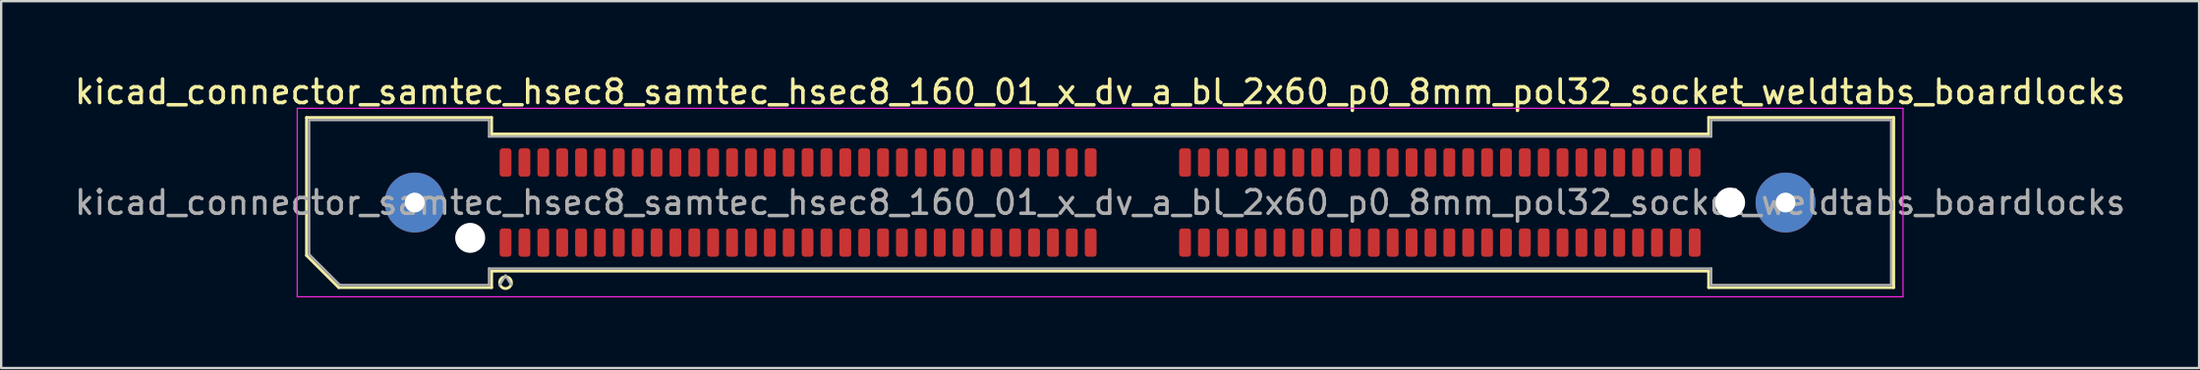
<source format=kicad_pcb>
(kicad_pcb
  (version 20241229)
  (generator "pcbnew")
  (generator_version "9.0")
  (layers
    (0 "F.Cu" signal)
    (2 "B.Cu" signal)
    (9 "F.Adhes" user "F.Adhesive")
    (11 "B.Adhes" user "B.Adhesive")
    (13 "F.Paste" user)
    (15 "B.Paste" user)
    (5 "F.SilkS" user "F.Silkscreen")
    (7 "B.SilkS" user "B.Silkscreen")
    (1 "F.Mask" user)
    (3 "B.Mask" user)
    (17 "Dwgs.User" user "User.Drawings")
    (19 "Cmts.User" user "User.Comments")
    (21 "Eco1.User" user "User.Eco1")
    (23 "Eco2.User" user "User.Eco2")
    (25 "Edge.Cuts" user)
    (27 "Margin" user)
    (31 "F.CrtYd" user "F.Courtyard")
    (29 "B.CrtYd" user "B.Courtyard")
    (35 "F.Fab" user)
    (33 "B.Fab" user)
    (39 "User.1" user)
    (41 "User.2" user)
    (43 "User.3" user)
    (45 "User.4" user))
  (footprint "kicad_connector_samtec_hsec8_samtec_hsec8_160_01_x_dv_a_bl_2x60_p0_8mm_pol32_socket_weldtabs_boardlocks"
    (layer "F.Cu")
    (at 43.577 5.548)
    (property "Reference" "kicad_connector_samtec_hsec8_samtec_hsec8_160_01_x_dv_a_bl_2x60_p0_8mm_pol32_socket_weldtabs_boardlocks" (at 0 -4.7 0) (layer "F.SilkS") (effects (font (size 1 1) (thickness 0.15))))
    (attr smd)
    (fp_line (start -33.635 -3.61) (end -25.79 -3.61) (stroke (width 0.12) (type solid)) (layer "F.SilkS"))
    (fp_line (start -33.635 2.246) (end -33.635 -3.61) (stroke (width 0.12) (type solid)) (layer "F.SilkS"))
    (fp_line (start -32.271 3.61) (end -33.635 2.246) (stroke (width 0.12) (type solid)) (layer "F.SilkS"))
    (fp_line (start -25.79 -3.61) (end -25.79 -2.91) (stroke (width 0.12) (type solid)) (layer "F.SilkS"))
    (fp_line (start -25.79 -2.91) (end 25.79 -2.91) (stroke (width 0.12) (type solid)) (layer "F.SilkS"))
    (fp_line (start -25.79 2.91) (end -25.79 3.61) (stroke (width 0.12) (type solid)) (layer "F.SilkS"))
    (fp_line (start -25.79 3.61) (end -32.271 3.61) (stroke (width 0.12) (type solid)) (layer "F.SilkS"))
    (fp_line (start 25.79 -3.61) (end 33.635 -3.61) (stroke (width 0.12) (type solid)) (layer "F.SilkS"))
    (fp_line (start 25.79 -2.91) (end 25.79 -3.61) (stroke (width 0.12) (type solid)) (layer "F.SilkS"))
    (fp_line (start 25.79 2.91) (end -25.79 2.91) (stroke (width 0.12) (type solid)) (layer "F.SilkS"))
    (fp_line (start 25.79 3.61) (end 25.79 2.91) (stroke (width 0.12) (type solid)) (layer "F.SilkS"))
    (fp_line (start 33.635 -3.61) (end 33.635 3.61) (stroke (width 0.12) (type solid)) (layer "F.SilkS"))
    (fp_line (start 33.635 3.61) (end 25.79 3.61) (stroke (width 0.12) (type solid)) (layer "F.SilkS"))
    (fp_circle (center -25.2 3.4) (end -24.95 3.4) (stroke (width 0.12) (type solid)) (fill no) (layer "F.SilkS"))
    (fp_line (start -34.03 -4) (end -34.03 4) (stroke (width 0.05) (type solid)) (layer "F.CrtYd"))
    (fp_line (start -34.03 4) (end 34.03 4) (stroke (width 0.05) (type solid)) (layer "F.CrtYd"))
    (fp_line (start 34.03 -4) (end -34.03 -4) (stroke (width 0.05) (type solid)) (layer "F.CrtYd"))
    (fp_line (start 34.03 4) (end 34.03 -4) (stroke (width 0.05) (type solid)) (layer "F.CrtYd"))
    (fp_line (start -33.525 -3.5) (end -25.9 -3.5) (stroke (width 0.1) (type solid)) (layer "F.Fab"))
    (fp_line (start -33.525 2.2) (end -33.525 -3.5) (stroke (width 0.1) (type solid)) (layer "F.Fab"))
    (fp_line (start -32.225 3.5) (end -33.525 2.2) (stroke (width 0.1) (type solid)) (layer "F.Fab"))
    (fp_line (start -25.9 -3.5) (end -25.9 -2.8) (stroke (width 0.1) (type solid)) (layer "F.Fab"))
    (fp_line (start -25.9 -2.8) (end 25.9 -2.8) (stroke (width 0.1) (type solid)) (layer "F.Fab"))
    (fp_line (start -25.9 2.8) (end -25.9 3.5) (stroke (width 0.1) (type solid)) (layer "F.Fab"))
    (fp_line (start -25.9 3.5) (end -32.225 3.5) (stroke (width 0.1) (type solid)) (layer "F.Fab"))
    (fp_line (start -25.2 3.1) (end -25.45 3.5) (stroke (width 0.1) (type solid)) (layer "F.Fab"))
    (fp_line (start -25.2 3.1) (end -24.95 3.5) (stroke (width 0.1) (type solid)) (layer "F.Fab"))
    (fp_line (start 25.9 -3.5) (end 33.525 -3.5) (stroke (width 0.1) (type solid)) (layer "F.Fab"))
    (fp_line (start 25.9 -2.8) (end 25.9 -3.5) (stroke (width 0.1) (type solid)) (layer "F.Fab"))
    (fp_line (start 25.9 2.8) (end -25.9 2.8) (stroke (width 0.1) (type solid)) (layer "F.Fab"))
    (fp_line (start 25.9 3.5) (end 25.9 2.8) (stroke (width 0.1) (type solid)) (layer "F.Fab"))
    (fp_line (start 33.525 -3.5) (end 33.525 3.5) (stroke (width 0.1) (type solid)) (layer "F.Fab"))
    (fp_line (start 33.525 3.5) (end 25.9 3.5) (stroke (width 0.1) (type solid)) (layer "F.Fab"))
    (fp_text user "${REFERENCE}" (at 0 0 0) (layer "F.Fab") (effects (font (size 1 1) (thickness 0.15))))
    (pad "" thru_hole circle (at -29.05 0) (size 2.54 2.54) (drill 0.84) (layers "*.Cu" "*.Mask" "F.Paste"))
    (pad "" np_thru_hole circle (at -26.7 1.5) (size 1.27 1.27) (drill 1.27) (layers "*.Cu" "*.Mask"))
    (pad "" np_thru_hole circle (at 26.7 0) (size 1.27 1.27) (drill 1.27) (layers "*.Cu" "*.Mask"))
    (pad "" thru_hole circle (at 29.05 0) (size 2.54 2.54) (drill 0.84) (layers "*.Cu" "*.Mask" "F.Paste"))
    (pad "1" smd roundrect (at -25.2 1.7) (size 0.5 1.2) (layers "F.Cu" "F.Mask" "F.Paste") (roundrect_rratio 0.25))
    (pad "2" smd roundrect (at -25.2 -1.7) (size 0.5 1.2) (layers "F.Cu" "F.Mask" "F.Paste") (roundrect_rratio 0.25))
    (pad "3" smd roundrect (at -24.4 1.7) (size 0.5 1.2) (layers "F.Cu" "F.Mask" "F.Paste") (roundrect_rratio 0.25))
    (pad "4" smd roundrect (at -24.4 -1.7) (size 0.5 1.2) (layers "F.Cu" "F.Mask" "F.Paste") (roundrect_rratio 0.25))
    (pad "5" smd roundrect (at -23.6 1.7) (size 0.5 1.2) (layers "F.Cu" "F.Mask" "F.Paste") (roundrect_rratio 0.25))
    (pad "6" smd roundrect (at -23.6 -1.7) (size 0.5 1.2) (layers "F.Cu" "F.Mask" "F.Paste") (roundrect_rratio 0.25))
    (pad "7" smd roundrect (at -22.8 1.7) (size 0.5 1.2) (layers "F.Cu" "F.Mask" "F.Paste") (roundrect_rratio 0.25))
    (pad "8" smd roundrect (at -22.8 -1.7) (size 0.5 1.2) (layers "F.Cu" "F.Mask" "F.Paste") (roundrect_rratio 0.25))
    (pad "9" smd roundrect (at -22 1.7) (size 0.5 1.2) (layers "F.Cu" "F.Mask" "F.Paste") (roundrect_rratio 0.25))
    (pad "10" smd roundrect (at -22 -1.7) (size 0.5 1.2) (layers "F.Cu" "F.Mask" "F.Paste") (roundrect_rratio 0.25))
    (pad "11" smd roundrect (at -21.2 1.7) (size 0.5 1.2) (layers "F.Cu" "F.Mask" "F.Paste") (roundrect_rratio 0.25))
    (pad "12" smd roundrect (at -21.2 -1.7) (size 0.5 1.2) (layers "F.Cu" "F.Mask" "F.Paste") (roundrect_rratio 0.25))
    (pad "13" smd roundrect (at -20.4 1.7) (size 0.5 1.2) (layers "F.Cu" "F.Mask" "F.Paste") (roundrect_rratio 0.25))
    (pad "14" smd roundrect (at -20.4 -1.7) (size 0.5 1.2) (layers "F.Cu" "F.Mask" "F.Paste") (roundrect_rratio 0.25))
    (pad "15" smd roundrect (at -19.6 1.7) (size 0.5 1.2) (layers "F.Cu" "F.Mask" "F.Paste") (roundrect_rratio 0.25))
    (pad "16" smd roundrect (at -19.6 -1.7) (size 0.5 1.2) (layers "F.Cu" "F.Mask" "F.Paste") (roundrect_rratio 0.25))
    (pad "17" smd roundrect (at -18.8 1.7) (size 0.5 1.2) (layers "F.Cu" "F.Mask" "F.Paste") (roundrect_rratio 0.25))
    (pad "18" smd roundrect (at -18.8 -1.7) (size 0.5 1.2) (layers "F.Cu" "F.Mask" "F.Paste") (roundrect_rratio 0.25))
    (pad "19" smd roundrect (at -18 1.7) (size 0.5 1.2) (layers "F.Cu" "F.Mask" "F.Paste") (roundrect_rratio 0.25))
    (pad "20" smd roundrect (at -18 -1.7) (size 0.5 1.2) (layers "F.Cu" "F.Mask" "F.Paste") (roundrect_rratio 0.25))
    (pad "21" smd roundrect (at -17.2 1.7) (size 0.5 1.2) (layers "F.Cu" "F.Mask" "F.Paste") (roundrect_rratio 0.25))
    (pad "22" smd roundrect (at -17.2 -1.7) (size 0.5 1.2) (layers "F.Cu" "F.Mask" "F.Paste") (roundrect_rratio 0.25))
    (pad "23" smd roundrect (at -16.4 1.7) (size 0.5 1.2) (layers "F.Cu" "F.Mask" "F.Paste") (roundrect_rratio 0.25))
    (pad "24" smd roundrect (at -16.4 -1.7) (size 0.5 1.2) (layers "F.Cu" "F.Mask" "F.Paste") (roundrect_rratio 0.25))
    (pad "25" smd roundrect (at -15.6 1.7) (size 0.5 1.2) (layers "F.Cu" "F.Mask" "F.Paste") (roundrect_rratio 0.25))
    (pad "26" smd roundrect (at -15.6 -1.7) (size 0.5 1.2) (layers "F.Cu" "F.Mask" "F.Paste") (roundrect_rratio 0.25))
    (pad "27" smd roundrect (at -14.8 1.7) (size 0.5 1.2) (layers "F.Cu" "F.Mask" "F.Paste") (roundrect_rratio 0.25))
    (pad "28" smd roundrect (at -14.8 -1.7) (size 0.5 1.2) (layers "F.Cu" "F.Mask" "F.Paste") (roundrect_rratio 0.25))
    (pad "29" smd roundrect (at -14 1.7) (size 0.5 1.2) (layers "F.Cu" "F.Mask" "F.Paste") (roundrect_rratio 0.25))
    (pad "30" smd roundrect (at -14 -1.7) (size 0.5 1.2) (layers "F.Cu" "F.Mask" "F.Paste") (roundrect_rratio 0.25))
    (pad "31" smd roundrect (at -13.2 1.7) (size 0.5 1.2) (layers "F.Cu" "F.Mask" "F.Paste") (roundrect_rratio 0.25))
    (pad "32" smd roundrect (at -13.2 -1.7) (size 0.5 1.2) (layers "F.Cu" "F.Mask" "F.Paste") (roundrect_rratio 0.25))
    (pad "33" smd roundrect (at -12.4 1.7) (size 0.5 1.2) (layers "F.Cu" "F.Mask" "F.Paste") (roundrect_rratio 0.25))
    (pad "34" smd roundrect (at -12.4 -1.7) (size 0.5 1.2) (layers "F.Cu" "F.Mask" "F.Paste") (roundrect_rratio 0.25))
    (pad "35" smd roundrect (at -11.6 1.7) (size 0.5 1.2) (layers "F.Cu" "F.Mask" "F.Paste") (roundrect_rratio 0.25))
    (pad "36" smd roundrect (at -11.6 -1.7) (size 0.5 1.2) (layers "F.Cu" "F.Mask" "F.Paste") (roundrect_rratio 0.25))
    (pad "37" smd roundrect (at -10.8 1.7) (size 0.5 1.2) (layers "F.Cu" "F.Mask" "F.Paste") (roundrect_rratio 0.25))
    (pad "38" smd roundrect (at -10.8 -1.7) (size 0.5 1.2) (layers "F.Cu" "F.Mask" "F.Paste") (roundrect_rratio 0.25))
    (pad "39" smd roundrect (at -10 1.7) (size 0.5 1.2) (layers "F.Cu" "F.Mask" "F.Paste") (roundrect_rratio 0.25))
    (pad "40" smd roundrect (at -10 -1.7) (size 0.5 1.2) (layers "F.Cu" "F.Mask" "F.Paste") (roundrect_rratio 0.25))
    (pad "41" smd roundrect (at -9.2 1.7) (size 0.5 1.2) (layers "F.Cu" "F.Mask" "F.Paste") (roundrect_rratio 0.25))
    (pad "42" smd roundrect (at -9.2 -1.7) (size 0.5 1.2) (layers "F.Cu" "F.Mask" "F.Paste") (roundrect_rratio 0.25))
    (pad "43" smd roundrect (at -8.4 1.7) (size 0.5 1.2) (layers "F.Cu" "F.Mask" "F.Paste") (roundrect_rratio 0.25))
    (pad "44" smd roundrect (at -8.4 -1.7) (size 0.5 1.2) (layers "F.Cu" "F.Mask" "F.Paste") (roundrect_rratio 0.25))
    (pad "45" smd roundrect (at -7.6 1.7) (size 0.5 1.2) (layers "F.Cu" "F.Mask" "F.Paste") (roundrect_rratio 0.25))
    (pad "46" smd roundrect (at -7.6 -1.7) (size 0.5 1.2) (layers "F.Cu" "F.Mask" "F.Paste") (roundrect_rratio 0.25))
    (pad "47" smd roundrect (at -6.8 1.7) (size 0.5 1.2) (layers "F.Cu" "F.Mask" "F.Paste") (roundrect_rratio 0.25))
    (pad "48" smd roundrect (at -6.8 -1.7) (size 0.5 1.2) (layers "F.Cu" "F.Mask" "F.Paste") (roundrect_rratio 0.25))
    (pad "49" smd roundrect (at -6 1.7) (size 0.5 1.2) (layers "F.Cu" "F.Mask" "F.Paste") (roundrect_rratio 0.25))
    (pad "50" smd roundrect (at -6 -1.7) (size 0.5 1.2) (layers "F.Cu" "F.Mask" "F.Paste") (roundrect_rratio 0.25))
    (pad "51" smd roundrect (at -5.2 1.7) (size 0.5 1.2) (layers "F.Cu" "F.Mask" "F.Paste") (roundrect_rratio 0.25))
    (pad "52" smd roundrect (at -5.2 -1.7) (size 0.5 1.2) (layers "F.Cu" "F.Mask" "F.Paste") (roundrect_rratio 0.25))
    (pad "53" smd roundrect (at -4.4 1.7) (size 0.5 1.2) (layers "F.Cu" "F.Mask" "F.Paste") (roundrect_rratio 0.25))
    (pad "54" smd roundrect (at -4.4 -1.7) (size 0.5 1.2) (layers "F.Cu" "F.Mask" "F.Paste") (roundrect_rratio 0.25))
    (pad "55" smd roundrect (at -3.6 1.7) (size 0.5 1.2) (layers "F.Cu" "F.Mask" "F.Paste") (roundrect_rratio 0.25))
    (pad "56" smd roundrect (at -3.6 -1.7) (size 0.5 1.2) (layers "F.Cu" "F.Mask" "F.Paste") (roundrect_rratio 0.25))
    (pad "57" smd roundrect (at -2.8 1.7) (size 0.5 1.2) (layers "F.Cu" "F.Mask" "F.Paste") (roundrect_rratio 0.25))
    (pad "58" smd roundrect (at -2.8 -1.7) (size 0.5 1.2) (layers "F.Cu" "F.Mask" "F.Paste") (roundrect_rratio 0.25))
    (pad "59" smd roundrect (at -2 1.7) (size 0.5 1.2) (layers "F.Cu" "F.Mask" "F.Paste") (roundrect_rratio 0.25))
    (pad "60" smd roundrect (at -2 -1.7) (size 0.5 1.2) (layers "F.Cu" "F.Mask" "F.Paste") (roundrect_rratio 0.25))
    (pad "61" smd roundrect (at -1.2 1.7) (size 0.5 1.2) (layers "F.Cu" "F.Mask" "F.Paste") (roundrect_rratio 0.25))
    (pad "62" smd roundrect (at -1.2 -1.7) (size 0.5 1.2) (layers "F.Cu" "F.Mask" "F.Paste") (roundrect_rratio 0.25))
    (pad "63" smd roundrect (at -0.4 1.7) (size 0.5 1.2) (layers "F.Cu" "F.Mask" "F.Paste") (roundrect_rratio 0.25))
    (pad "64" smd roundrect (at -0.4 -1.7) (size 0.5 1.2) (layers "F.Cu" "F.Mask" "F.Paste") (roundrect_rratio 0.25))
    (pad "65" smd roundrect (at 3.6 1.7) (size 0.5 1.2) (layers "F.Cu" "F.Mask" "F.Paste") (roundrect_rratio 0.25))
    (pad "66" smd roundrect (at 3.6 -1.7) (size 0.5 1.2) (layers "F.Cu" "F.Mask" "F.Paste") (roundrect_rratio 0.25))
    (pad "67" smd roundrect (at 4.4 1.7) (size 0.5 1.2) (layers "F.Cu" "F.Mask" "F.Paste") (roundrect_rratio 0.25))
    (pad "68" smd roundrect (at 4.4 -1.7) (size 0.5 1.2) (layers "F.Cu" "F.Mask" "F.Paste") (roundrect_rratio 0.25))
    (pad "69" smd roundrect (at 5.2 1.7) (size 0.5 1.2) (layers "F.Cu" "F.Mask" "F.Paste") (roundrect_rratio 0.25))
    (pad "70" smd roundrect (at 5.2 -1.7) (size 0.5 1.2) (layers "F.Cu" "F.Mask" "F.Paste") (roundrect_rratio 0.25))
    (pad "71" smd roundrect (at 6 1.7) (size 0.5 1.2) (layers "F.Cu" "F.Mask" "F.Paste") (roundrect_rratio 0.25))
    (pad "72" smd roundrect (at 6 -1.7) (size 0.5 1.2) (layers "F.Cu" "F.Mask" "F.Paste") (roundrect_rratio 0.25))
    (pad "73" smd roundrect (at 6.8 1.7) (size 0.5 1.2) (layers "F.Cu" "F.Mask" "F.Paste") (roundrect_rratio 0.25))
    (pad "74" smd roundrect (at 6.8 -1.7) (size 0.5 1.2) (layers "F.Cu" "F.Mask" "F.Paste") (roundrect_rratio 0.25))
    (pad "75" smd roundrect (at 7.6 1.7) (size 0.5 1.2) (layers "F.Cu" "F.Mask" "F.Paste") (roundrect_rratio 0.25))
    (pad "76" smd roundrect (at 7.6 -1.7) (size 0.5 1.2) (layers "F.Cu" "F.Mask" "F.Paste") (roundrect_rratio 0.25))
    (pad "77" smd roundrect (at 8.4 1.7) (size 0.5 1.2) (layers "F.Cu" "F.Mask" "F.Paste") (roundrect_rratio 0.25))
    (pad "78" smd roundrect (at 8.4 -1.7) (size 0.5 1.2) (layers "F.Cu" "F.Mask" "F.Paste") (roundrect_rratio 0.25))
    (pad "79" smd roundrect (at 9.2 1.7) (size 0.5 1.2) (layers "F.Cu" "F.Mask" "F.Paste") (roundrect_rratio 0.25))
    (pad "80" smd roundrect (at 9.2 -1.7) (size 0.5 1.2) (layers "F.Cu" "F.Mask" "F.Paste") (roundrect_rratio 0.25))
    (pad "81" smd roundrect (at 10 1.7) (size 0.5 1.2) (layers "F.Cu" "F.Mask" "F.Paste") (roundrect_rratio 0.25))
    (pad "82" smd roundrect (at 10 -1.7) (size 0.5 1.2) (layers "F.Cu" "F.Mask" "F.Paste") (roundrect_rratio 0.25))
    (pad "83" smd roundrect (at 10.8 1.7) (size 0.5 1.2) (layers "F.Cu" "F.Mask" "F.Paste") (roundrect_rratio 0.25))
    (pad "84" smd roundrect (at 10.8 -1.7) (size 0.5 1.2) (layers "F.Cu" "F.Mask" "F.Paste") (roundrect_rratio 0.25))
    (pad "85" smd roundrect (at 11.6 1.7) (size 0.5 1.2) (layers "F.Cu" "F.Mask" "F.Paste") (roundrect_rratio 0.25))
    (pad "86" smd roundrect (at 11.6 -1.7) (size 0.5 1.2) (layers "F.Cu" "F.Mask" "F.Paste") (roundrect_rratio 0.25))
    (pad "87" smd roundrect (at 12.4 1.7) (size 0.5 1.2) (layers "F.Cu" "F.Mask" "F.Paste") (roundrect_rratio 0.25))
    (pad "88" smd roundrect (at 12.4 -1.7) (size 0.5 1.2) (layers "F.Cu" "F.Mask" "F.Paste") (roundrect_rratio 0.25))
    (pad "89" smd roundrect (at 13.2 1.7) (size 0.5 1.2) (layers "F.Cu" "F.Mask" "F.Paste") (roundrect_rratio 0.25))
    (pad "90" smd roundrect (at 13.2 -1.7) (size 0.5 1.2) (layers "F.Cu" "F.Mask" "F.Paste") (roundrect_rratio 0.25))
    (pad "91" smd roundrect (at 14 1.7) (size 0.5 1.2) (layers "F.Cu" "F.Mask" "F.Paste") (roundrect_rratio 0.25))
    (pad "92" smd roundrect (at 14 -1.7) (size 0.5 1.2) (layers "F.Cu" "F.Mask" "F.Paste") (roundrect_rratio 0.25))
    (pad "93" smd roundrect (at 14.8 1.7) (size 0.5 1.2) (layers "F.Cu" "F.Mask" "F.Paste") (roundrect_rratio 0.25))
    (pad "94" smd roundrect (at 14.8 -1.7) (size 0.5 1.2) (layers "F.Cu" "F.Mask" "F.Paste") (roundrect_rratio 0.25))
    (pad "95" smd roundrect (at 15.6 1.7) (size 0.5 1.2) (layers "F.Cu" "F.Mask" "F.Paste") (roundrect_rratio 0.25))
    (pad "96" smd roundrect (at 15.6 -1.7) (size 0.5 1.2) (layers "F.Cu" "F.Mask" "F.Paste") (roundrect_rratio 0.25))
    (pad "97" smd roundrect (at 16.4 1.7) (size 0.5 1.2) (layers "F.Cu" "F.Mask" "F.Paste") (roundrect_rratio 0.25))
    (pad "98" smd roundrect (at 16.4 -1.7) (size 0.5 1.2) (layers "F.Cu" "F.Mask" "F.Paste") (roundrect_rratio 0.25))
    (pad "99" smd roundrect (at 17.2 1.7) (size 0.5 1.2) (layers "F.Cu" "F.Mask" "F.Paste") (roundrect_rratio 0.25))
    (pad "100" smd roundrect (at 17.2 -1.7) (size 0.5 1.2) (layers "F.Cu" "F.Mask" "F.Paste") (roundrect_rratio 0.25))
    (pad "101" smd roundrect (at 18 1.7) (size 0.5 1.2) (layers "F.Cu" "F.Mask" "F.Paste") (roundrect_rratio 0.25))
    (pad "102" smd roundrect (at 18 -1.7) (size 0.5 1.2) (layers "F.Cu" "F.Mask" "F.Paste") (roundrect_rratio 0.25))
    (pad "103" smd roundrect (at 18.8 1.7) (size 0.5 1.2) (layers "F.Cu" "F.Mask" "F.Paste") (roundrect_rratio 0.25))
    (pad "104" smd roundrect (at 18.8 -1.7) (size 0.5 1.2) (layers "F.Cu" "F.Mask" "F.Paste") (roundrect_rratio 0.25))
    (pad "105" smd roundrect (at 19.6 1.7) (size 0.5 1.2) (layers "F.Cu" "F.Mask" "F.Paste") (roundrect_rratio 0.25))
    (pad "106" smd roundrect (at 19.6 -1.7) (size 0.5 1.2) (layers "F.Cu" "F.Mask" "F.Paste") (roundrect_rratio 0.25))
    (pad "107" smd roundrect (at 20.4 1.7) (size 0.5 1.2) (layers "F.Cu" "F.Mask" "F.Paste") (roundrect_rratio 0.25))
    (pad "108" smd roundrect (at 20.4 -1.7) (size 0.5 1.2) (layers "F.Cu" "F.Mask" "F.Paste") (roundrect_rratio 0.25))
    (pad "109" smd roundrect (at 21.2 1.7) (size 0.5 1.2) (layers "F.Cu" "F.Mask" "F.Paste") (roundrect_rratio 0.25))
    (pad "110" smd roundrect (at 21.2 -1.7) (size 0.5 1.2) (layers "F.Cu" "F.Mask" "F.Paste") (roundrect_rratio 0.25))
    (pad "111" smd roundrect (at 22 1.7) (size 0.5 1.2) (layers "F.Cu" "F.Mask" "F.Paste") (roundrect_rratio 0.25))
    (pad "112" smd roundrect (at 22 -1.7) (size 0.5 1.2) (layers "F.Cu" "F.Mask" "F.Paste") (roundrect_rratio 0.25))
    (pad "113" smd roundrect (at 22.8 1.7) (size 0.5 1.2) (layers "F.Cu" "F.Mask" "F.Paste") (roundrect_rratio 0.25))
    (pad "114" smd roundrect (at 22.8 -1.7) (size 0.5 1.2) (layers "F.Cu" "F.Mask" "F.Paste") (roundrect_rratio 0.25))
    (pad "115" smd roundrect (at 23.6 1.7) (size 0.5 1.2) (layers "F.Cu" "F.Mask" "F.Paste") (roundrect_rratio 0.25))
    (pad "116" smd roundrect (at 23.6 -1.7) (size 0.5 1.2) (layers "F.Cu" "F.Mask" "F.Paste") (roundrect_rratio 0.25))
    (pad "117" smd roundrect (at 24.4 1.7) (size 0.5 1.2) (layers "F.Cu" "F.Mask" "F.Paste") (roundrect_rratio 0.25))
    (pad "118" smd roundrect (at 24.4 -1.7) (size 0.5 1.2) (layers "F.Cu" "F.Mask" "F.Paste") (roundrect_rratio 0.25))
    (pad "119" smd roundrect (at 25.2 1.7) (size 0.5 1.2) (layers "F.Cu" "F.Mask" "F.Paste") (roundrect_rratio 0.25))
    (pad "120" smd roundrect (at 25.2 -1.7) (size 0.5 1.2) (layers "F.Cu" "F.Mask" "F.Paste") (roundrect_rratio 0.25)))
  (gr_rect
    (start -3 -3)
    (end 90.155 12.573)
    (stroke (width 0.1) (type default))
    (fill no)
    (layer "Edge.Cuts")))
</source>
